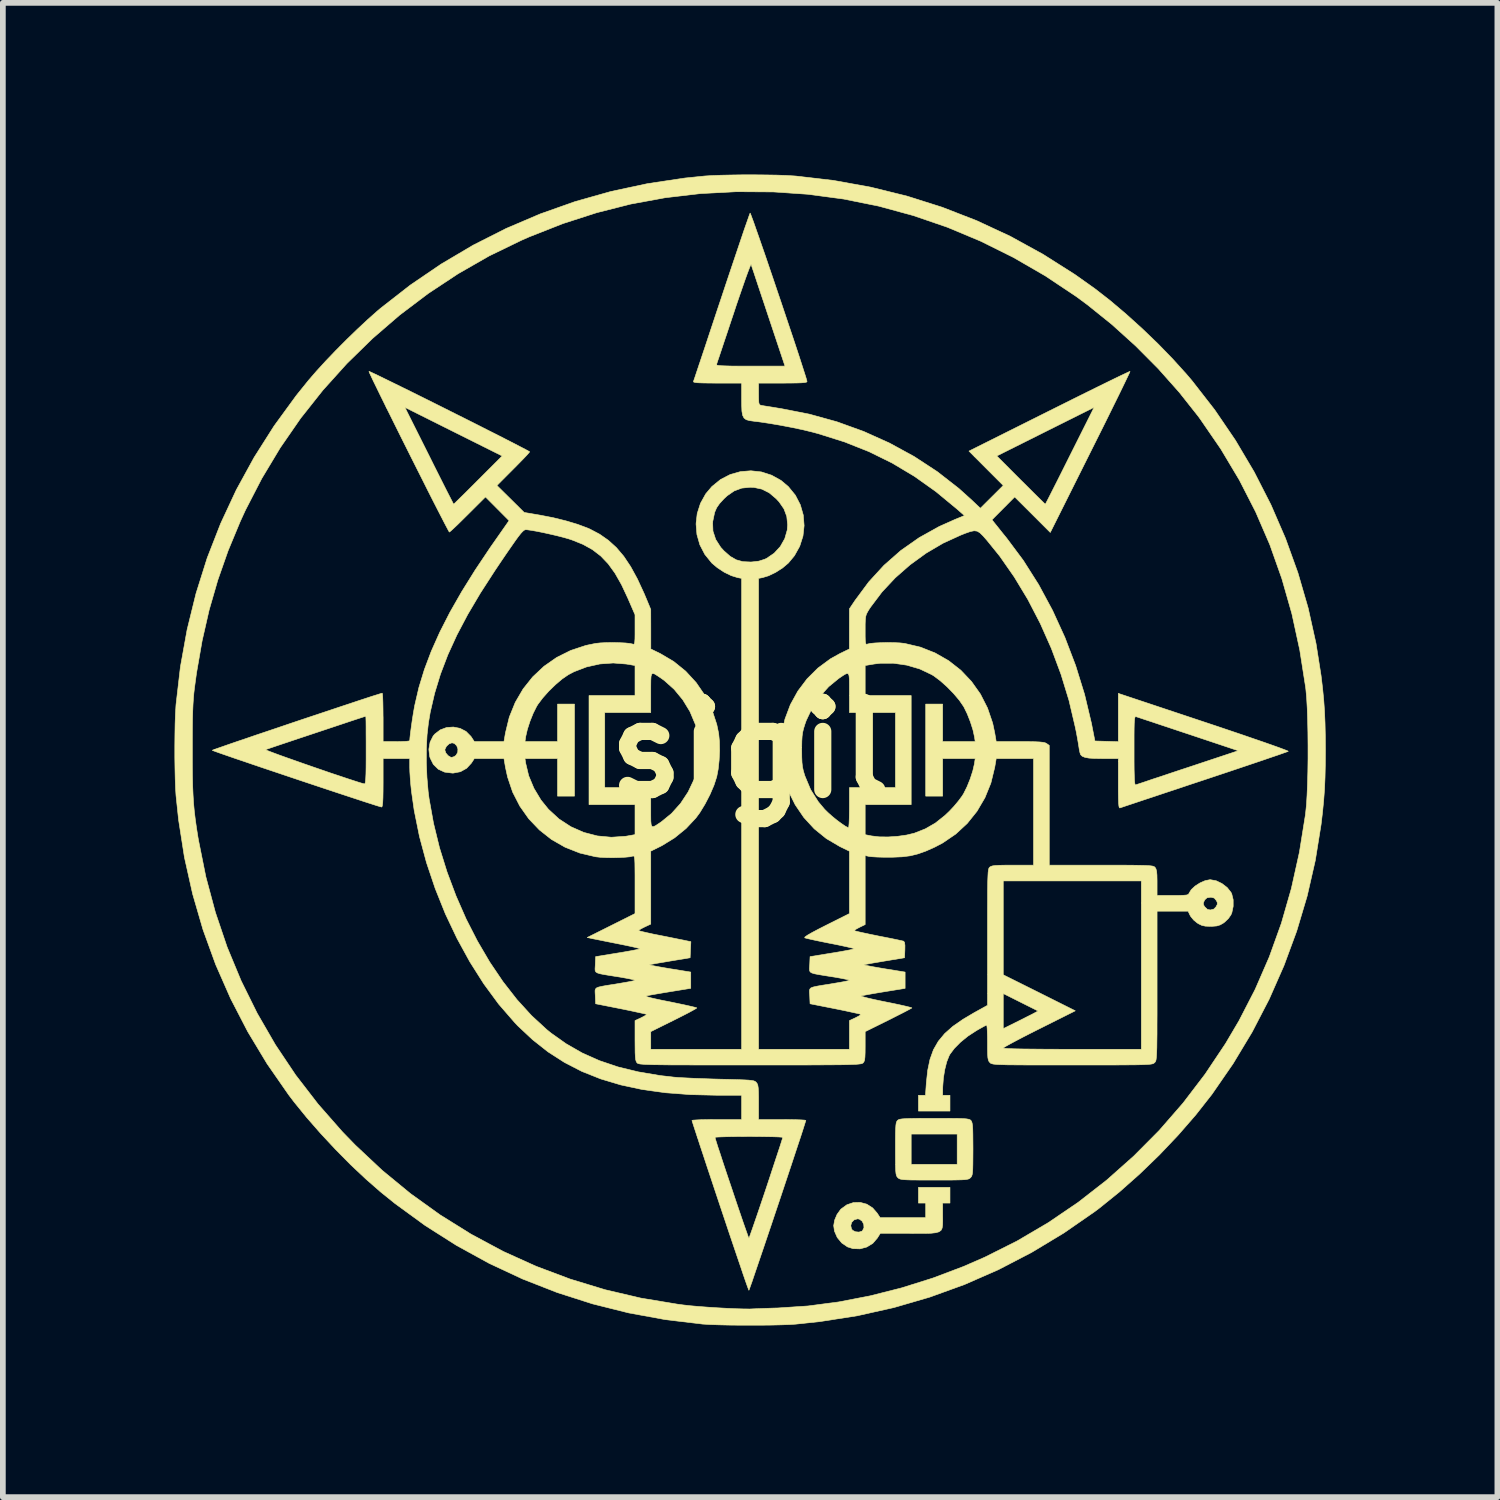
<source format=kicad_pcb>
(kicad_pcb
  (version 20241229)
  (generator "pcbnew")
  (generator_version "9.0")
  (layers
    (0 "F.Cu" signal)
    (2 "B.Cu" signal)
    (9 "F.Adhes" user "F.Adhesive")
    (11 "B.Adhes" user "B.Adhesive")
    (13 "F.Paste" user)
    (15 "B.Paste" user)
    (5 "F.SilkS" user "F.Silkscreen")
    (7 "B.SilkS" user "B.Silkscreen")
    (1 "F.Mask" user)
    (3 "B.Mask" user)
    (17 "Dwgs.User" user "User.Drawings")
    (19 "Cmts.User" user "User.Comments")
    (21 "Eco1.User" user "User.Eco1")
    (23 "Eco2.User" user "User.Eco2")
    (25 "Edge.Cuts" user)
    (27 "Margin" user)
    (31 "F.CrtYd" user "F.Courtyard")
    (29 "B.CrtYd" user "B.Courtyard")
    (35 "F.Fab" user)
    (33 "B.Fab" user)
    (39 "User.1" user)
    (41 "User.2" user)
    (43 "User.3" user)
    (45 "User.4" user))
  (footprint "sigil"
    (layer "F.Cu")
    (at 10.058 10.058)
    (property "Reference" "sigil" (at 0 0 0) (layer "F.SilkS") (effects (font (size 1.524 1.524) (thickness 0.3))))
    (attr through_hole)
    (fp_poly (pts (xy 3.493 7.916) (xy 3.365 7.916) (xy 3.365 8.134) (xy 3.366 8.226) (xy 3.364 8.299) (xy 3.356 8.353) (xy 3.337 8.392) (xy 3.301 8.418) (xy 3.245 8.434) (xy 3.163 8.443) (xy 3.052 8.446) (xy 2.906 8.446) (xy 2.787 8.445) (xy 2.275 8.445) (xy 2.225 8.526) (xy 2.144 8.62) (xy 2.039 8.684) (xy 1.921 8.716) (xy 1.798 8.712) (xy 1.703 8.682) (xy 1.602 8.613) (xy 1.523 8.517) (xy 1.474 8.405) (xy 1.461 8.31) (xy 1.461 8.309) (xy 1.759 8.309) (xy 1.772 8.367) (xy 1.79 8.391) (xy 1.84 8.417) (xy 1.902 8.423) (xy 1.955 8.407) (xy 1.964 8.399) (xy 1.99 8.347) (xy 1.986 8.287) (xy 1.958 8.232) (xy 1.91 8.197) (xy 1.879 8.191) (xy 1.818 8.209) (xy 1.776 8.252) (xy 1.759 8.309) (xy 1.461 8.309) (xy 1.477 8.215) (xy 1.519 8.115) (xy 1.581 8.029) (xy 1.588 8.021) (xy 1.691 7.946) (xy 1.806 7.907) (xy 1.924 7.904) (xy 2.039 7.935) (xy 2.142 8.001) (xy 2.221 8.092) (xy 2.272 8.17) (xy 3.069 8.17) (xy 3.069 7.916) (xy 2.942 7.916) (xy 2.942 7.641) (xy 3.493 7.641) (xy 3.493 7.916)) (stroke (width 0.01) (type solid)) (fill yes) (layer "F.SilkS"))
    (fp_poly (pts (xy 3.398 6.435) (xy 3.537 6.436) (xy 3.643 6.437) (xy 3.722 6.44) (xy 3.777 6.444) (xy 3.814 6.45) (xy 3.838 6.457) (xy 3.854 6.467) (xy 3.86 6.473) (xy 3.871 6.491) (xy 3.88 6.519) (xy 3.887 6.562) (xy 3.891 6.626) (xy 3.893 6.716) (xy 3.894 6.839) (xy 3.895 6.971) (xy 3.894 7.122) (xy 3.893 7.237) (xy 3.891 7.321) (xy 3.887 7.38) (xy 3.881 7.419) (xy 3.872 7.445) (xy 3.86 7.463) (xy 3.852 7.472) (xy 3.838 7.484) (xy 3.82 7.494) (xy 3.792 7.501) (xy 3.75 7.507) (xy 3.69 7.51) (xy 3.605 7.512) (xy 3.491 7.514) (xy 3.344 7.514) (xy 3.217 7.514) (xy 3.043 7.514) (xy 2.906 7.513) (xy 2.802 7.512) (xy 2.725 7.509) (xy 2.67 7.505) (xy 2.633 7.499) (xy 2.609 7.491) (xy 2.592 7.481) (xy 2.582 7.472) (xy 2.568 7.456) (xy 2.558 7.435) (xy 2.55 7.403) (xy 2.545 7.355) (xy 2.542 7.285) (xy 2.541 7.188) (xy 2.54 7.057) (xy 2.54 6.967) (xy 2.54 6.814) (xy 2.541 6.71) (xy 2.815 6.71) (xy 2.815 7.239) (xy 3.619 7.239) (xy 3.619 6.71) (xy 2.815 6.71) (xy 2.541 6.71) (xy 2.541 6.699) (xy 2.544 6.614) (xy 2.548 6.554) (xy 2.554 6.515) (xy 2.563 6.49) (xy 2.574 6.474) (xy 2.579 6.47) (xy 2.594 6.459) (xy 2.618 6.451) (xy 2.656 6.445) (xy 2.712 6.441) (xy 2.791 6.438) (xy 2.898 6.436) (xy 3.037 6.435) (xy 3.214 6.435) (xy 3.221 6.435) (xy 3.398 6.435)) (stroke (width 0.01) (type solid)) (fill yes) (layer "F.SilkS"))
    (fp_poly (pts (xy 0.275 -10.051) (xy 0.462 -10.048) (xy 0.628 -10.042) (xy 0.764 -10.034) (xy 0.794 -10.032) (xy 1.457 -9.955) (xy 2.105 -9.838) (xy 2.739 -9.682) (xy 3.358 -9.486) (xy 3.962 -9.251) (xy 4.55 -8.977) (xy 5.121 -8.663) (xy 5.676 -8.311) (xy 6.024 -8.064) (xy 6.29 -7.857) (xy 6.569 -7.621) (xy 6.851 -7.366) (xy 7.127 -7.101) (xy 7.388 -6.832) (xy 7.625 -6.57) (xy 7.722 -6.456) (xy 8.119 -5.946) (xy 8.482 -5.413) (xy 8.81 -4.859) (xy 9.102 -4.287) (xy 9.357 -3.698) (xy 9.574 -3.096) (xy 9.752 -2.483) (xy 9.89 -1.861) (xy 9.978 -1.302) (xy 10.004 -1.083) (xy 10.024 -0.881) (xy 10.038 -0.682) (xy 10.047 -0.475) (xy 10.052 -0.25) (xy 10.054 0) (xy 10.052 0.256) (xy 10.047 0.481) (xy 10.038 0.687) (xy 10.023 0.886) (xy 10.003 1.089) (xy 9.978 1.302) (xy 9.877 1.929) (xy 9.735 2.55) (xy 9.552 3.163) (xy 9.33 3.765) (xy 9.071 4.353) (xy 8.774 4.926) (xy 8.441 5.479) (xy 8.073 6.012) (xy 8.064 6.024) (xy 7.789 6.374) (xy 7.482 6.727) (xy 7.151 7.076) (xy 6.805 7.41) (xy 6.452 7.723) (xy 6.101 8.006) (xy 6.024 8.064) (xy 5.481 8.44) (xy 4.92 8.778) (xy 4.343 9.078) (xy 3.748 9.339) (xy 3.138 9.56) (xy 2.513 9.742) (xy 1.874 9.885) (xy 1.22 9.987) (xy 0.794 10.032) (xy 0.687 10.039) (xy 0.547 10.044) (xy 0.381 10.048) (xy 0.198 10.05) (xy 0.005 10.05) (xy -0.188 10.05) (xy -0.374 10.048) (xy -0.545 10.044) (xy -0.691 10.039) (xy -0.805 10.032) (xy -0.826 10.031) (xy -1.479 9.953) (xy -2.123 9.835) (xy -2.754 9.677) (xy -3.372 9.479) (xy -3.975 9.243) (xy -4.561 8.969) (xy -5.129 8.657) (xy -5.677 8.309) (xy -6.204 7.925) (xy -6.456 7.722) (xy -6.711 7.499) (xy -6.977 7.249) (xy -7.244 6.979) (xy -7.504 6.7) (xy -7.748 6.421) (xy -7.969 6.149) (xy -8.064 6.024) (xy -8.441 5.481) (xy -8.779 4.92) (xy -9.078 4.342) (xy -9.339 3.748) (xy -9.56 3.139) (xy -9.742 2.513) (xy -9.885 1.874) (xy -9.987 1.22) (xy -10.032 0.794) (xy -10.04 0.668) (xy -10.046 0.509) (xy -10.05 0.327) (xy -10.053 0.129) (xy -10.053 0) (xy -9.747 0) (xy -9.747 0.242) (xy -9.745 0.449) (xy -9.741 0.629) (xy -9.734 0.788) (xy -9.725 0.933) (xy -9.712 1.072) (xy -9.695 1.212) (xy -9.674 1.361) (xy -9.648 1.525) (xy -9.639 1.577) (xy -9.511 2.214) (xy -9.344 2.836) (xy -9.139 3.442) (xy -8.895 4.03) (xy -8.613 4.6) (xy -8.295 5.15) (xy -7.941 5.679) (xy -7.55 6.186) (xy -7.125 6.67) (xy -6.901 6.901) (xy -6.429 7.344) (xy -5.934 7.751) (xy -5.416 8.123) (xy -4.877 8.459) (xy -4.318 8.759) (xy -3.741 9.02) (xy -3.145 9.244) (xy -2.534 9.43) (xy -1.907 9.577) (xy -1.267 9.683) (xy -1.17 9.696) (xy -1.046 9.71) (xy -0.899 9.723) (xy -0.738 9.735) (xy -0.57 9.746) (xy -0.404 9.755) (xy -0.249 9.762) (xy -0.112 9.766) (xy -0.003 9.767) (xy 0.064 9.764) (xy 0.11 9.762) (xy 0.189 9.759) (xy 0.293 9.755) (xy 0.411 9.751) (xy 0.487 9.749) (xy 1.013 9.714) (xy 1.552 9.643) (xy 2.099 9.537) (xy 2.648 9.398) (xy 3.192 9.227) (xy 3.727 9.025) (xy 4.103 8.861) (xy 4.667 8.578) (xy 5.211 8.258) (xy 5.732 7.904) (xy 6.23 7.516) (xy 6.703 7.096) (xy 7.149 6.647) (xy 7.566 6.168) (xy 7.952 5.662) (xy 8.307 5.131) (xy 8.543 4.731) (xy 8.826 4.182) (xy 9.073 3.614) (xy 9.284 3.027) (xy 9.459 2.418) (xy 9.599 1.788) (xy 9.704 1.134) (xy 9.709 1.09) (xy 9.723 0.957) (xy 9.733 0.788) (xy 9.741 0.593) (xy 9.747 0.377) (xy 9.75 0.15) (xy 9.75 -0.083) (xy 9.748 -0.312) (xy 9.743 -0.532) (xy 9.736 -0.734) (xy 9.726 -0.911) (xy 9.713 -1.055) (xy 9.709 -1.09) (xy 9.606 -1.747) (xy 9.468 -2.382) (xy 9.293 -2.995) (xy 9.083 -3.588) (xy 8.835 -4.162) (xy 8.55 -4.719) (xy 8.227 -5.26) (xy 7.865 -5.787) (xy 7.833 -5.831) (xy 7.499 -6.253) (xy 7.131 -6.667) (xy 6.735 -7.065) (xy 6.321 -7.439) (xy 5.895 -7.782) (xy 5.693 -7.931) (xy 5.155 -8.289) (xy 4.6 -8.61) (xy 4.03 -8.893) (xy 3.447 -9.137) (xy 2.852 -9.341) (xy 2.247 -9.506) (xy 1.633 -9.63) (xy 1.012 -9.713) (xy 0.407 -9.754) (xy -0.239 -9.758) (xy -0.868 -9.725) (xy -1.482 -9.653) (xy -2.086 -9.542) (xy -2.681 -9.391) (xy -3.27 -9.201) (xy -3.857 -8.97) (xy -3.996 -8.909) (xy -4.559 -8.636) (xy -5.102 -8.325) (xy -5.624 -7.98) (xy -6.124 -7.602) (xy -6.598 -7.193) (xy -7.046 -6.755) (xy -7.466 -6.289) (xy -7.855 -5.798) (xy -8.211 -5.283) (xy -8.533 -4.747) (xy -8.82 -4.191) (xy -8.909 -3.997) (xy -9.122 -3.484) (xy -9.302 -2.971) (xy -9.453 -2.449) (xy -9.576 -1.91) (xy -9.674 -1.347) (xy -9.709 -1.09) (xy -9.72 -0.998) (xy -9.728 -0.903) (xy -9.735 -0.798) (xy -9.74 -0.679) (xy -9.744 -0.539) (xy -9.746 -0.373) (xy -9.747 -0.174) (xy -9.747 0) (xy -10.053 0) (xy -10.053 -0.075) (xy -10.051 -0.275) (xy -10.048 -0.462) (xy -10.042 -0.628) (xy -10.034 -0.764) (xy -10.032 -0.794) (xy -9.955 -1.456) (xy -9.838 -2.105) (xy -9.682 -2.739) (xy -9.487 -3.358) (xy -9.252 -3.96) (xy -8.979 -4.546) (xy -8.667 -5.115) (xy -8.318 -5.665) (xy -7.93 -6.197) (xy -7.713 -6.466) (xy -7.577 -6.623) (xy -7.417 -6.798) (xy -7.239 -6.984) (xy -7.052 -7.172) (xy -6.864 -7.354) (xy -6.682 -7.524) (xy -6.516 -7.671) (xy -6.456 -7.722) (xy -5.938 -8.126) (xy -5.399 -8.493) (xy -4.841 -8.823) (xy -4.264 -9.115) (xy -3.669 -9.369) (xy -3.059 -9.585) (xy -2.432 -9.762) (xy -1.792 -9.899) (xy -1.138 -9.997) (xy -0.794 -10.032) (xy -0.668 -10.04) (xy -0.509 -10.046) (xy -0.327 -10.05) (xy -0.129 -10.053) (xy 0.075 -10.053) (xy 0.275 -10.051)) (stroke (width 0.01) (type solid)) (fill yes) (layer "F.SilkS"))
    (fp_poly (pts (xy 0.009 -9.367) (xy 0.029 -9.313) (xy 0.061 -9.227) (xy 0.101 -9.112) (xy 0.15 -8.973) (xy 0.206 -8.811) (xy 0.268 -8.633) (xy 0.333 -8.441) (xy 0.402 -8.239) (xy 0.472 -8.031) (xy 0.543 -7.822) (xy 0.613 -7.613) (xy 0.681 -7.41) (xy 0.746 -7.217) (xy 0.806 -7.036) (xy 0.86 -6.872) (xy 0.906 -6.729) (xy 0.944 -6.611) (xy 0.973 -6.52) (xy 0.99 -6.462) (xy 0.995 -6.44) (xy 0.985 -6.43) (xy 0.952 -6.423) (xy 0.893 -6.418) (xy 0.802 -6.415) (xy 0.676 -6.414) (xy 0.572 -6.413) (xy 0.148 -6.413) (xy 0.148 -6.223) (xy 0.149 -6.133) (xy 0.152 -6.076) (xy 0.16 -6.045) (xy 0.175 -6.03) (xy 0.196 -6.024) (xy 0.234 -6.017) (xy 0.304 -6.006) (xy 0.398 -5.991) (xy 0.506 -5.973) (xy 0.539 -5.968) (xy 1.034 -5.871) (xy 1.518 -5.737) (xy 1.986 -5.568) (xy 2.437 -5.365) (xy 2.866 -5.131) (xy 3.271 -4.866) (xy 3.648 -4.572) (xy 3.868 -4.374) (xy 4.024 -4.226) (xy 4.224 -4.425) (xy 4.424 -4.624) (xy 3.909 -5.14) (xy 4.311 -5.14) (xy 4.732 -4.718) (xy 4.842 -4.609) (xy 4.94 -4.511) (xy 5.025 -4.427) (xy 5.093 -4.36) (xy 5.138 -4.316) (xy 5.159 -4.297) (xy 5.159 -4.297) (xy 5.169 -4.315) (xy 5.197 -4.368) (xy 5.239 -4.45) (xy 5.294 -4.559) (xy 5.361 -4.691) (xy 5.437 -4.842) (xy 5.52 -5.008) (xy 5.588 -5.144) (xy 6.012 -5.99) (xy 5.161 -5.565) (xy 4.311 -5.14) (xy 3.909 -5.14) (xy 3.825 -5.225) (xy 5.227 -5.926) (xy 5.454 -6.039) (xy 5.67 -6.147) (xy 5.872 -6.247) (xy 6.056 -6.338) (xy 6.221 -6.419) (xy 6.362 -6.488) (xy 6.478 -6.544) (xy 6.565 -6.585) (xy 6.619 -6.61) (xy 6.639 -6.618) (xy 6.632 -6.598) (xy 6.606 -6.543) (xy 6.565 -6.457) (xy 6.509 -6.341) (xy 6.44 -6.199) (xy 6.359 -6.035) (xy 6.268 -5.85) (xy 6.168 -5.648) (xy 6.06 -5.432) (xy 5.947 -5.206) (xy 5.246 -3.803) (xy 4.935 -4.114) (xy 4.624 -4.424) (xy 4.426 -4.225) (xy 4.227 -4.025) (xy 4.267 -3.974) (xy 4.296 -3.938) (xy 4.344 -3.878) (xy 4.406 -3.8) (xy 4.475 -3.715) (xy 4.484 -3.704) (xy 4.775 -3.314) (xy 5.043 -2.891) (xy 5.286 -2.44) (xy 5.502 -1.967) (xy 5.689 -1.477) (xy 5.845 -0.973) (xy 5.967 -0.461) (xy 5.978 -0.402) (xy 6.026 -0.159) (xy 6.435 -0.147) (xy 6.435 -0.991) (xy 7.929 -0.493) (xy 8.169 -0.413) (xy 8.397 -0.336) (xy 8.61 -0.264) (xy 8.804 -0.197) (xy 8.976 -0.138) (xy 9.124 -0.086) (xy 9.244 -0.043) (xy 9.332 -0.01) (xy 9.387 0.011) (xy 9.405 0.021) (xy 9.405 0.021) (xy 9.383 0.03) (xy 9.323 0.051) (xy 9.23 0.084) (xy 9.106 0.126) (xy 8.955 0.178) (xy 8.78 0.237) (xy 8.584 0.303) (xy 8.37 0.375) (xy 8.142 0.451) (xy 7.938 0.519) (xy 7.699 0.598) (xy 7.473 0.674) (xy 7.261 0.744) (xy 7.067 0.809) (xy 6.894 0.866) (xy 6.745 0.916) (xy 6.625 0.956) (xy 6.535 0.986) (xy 6.479 1.005) (xy 6.461 1.011) (xy 6.452 1.005) (xy 6.445 0.978) (xy 6.44 0.925) (xy 6.437 0.842) (xy 6.435 0.724) (xy 6.435 0.584) (xy 6.435 0.148) (xy 6.158 0.148) (xy 6.022 0.146) (xy 5.922 0.14) (xy 5.852 0.127) (xy 5.805 0.108) (xy 5.776 0.08) (xy 5.775 0.077) (xy 5.764 0.044) (xy 5.757 0.011) (xy 6.71 0.011) (xy 6.71 0.194) (xy 6.711 0.339) (xy 6.714 0.448) (xy 6.717 0.526) (xy 6.722 0.576) (xy 6.728 0.603) (xy 6.736 0.609) (xy 6.736 0.609) (xy 6.761 0.6) (xy 6.822 0.58) (xy 6.915 0.549) (xy 7.035 0.508) (xy 7.179 0.461) (xy 7.342 0.406) (xy 7.519 0.347) (xy 7.647 0.305) (xy 8.531 0.011) (xy 7.657 -0.281) (xy 7.473 -0.342) (xy 7.3 -0.4) (xy 7.143 -0.452) (xy 7.006 -0.498) (xy 6.893 -0.535) (xy 6.81 -0.563) (xy 6.76 -0.579) (xy 6.747 -0.584) (xy 6.736 -0.585) (xy 6.728 -0.578) (xy 6.721 -0.558) (xy 6.717 -0.521) (xy 6.713 -0.462) (xy 6.711 -0.377) (xy 6.71 -0.262) (xy 6.71 -0.112) (xy 6.71 0.011) (xy 5.757 0.011) (xy 5.752 -0.014) (xy 5.746 -0.052) (xy 5.736 -0.116) (xy 5.72 -0.209) (xy 5.7 -0.317) (xy 5.681 -0.408) (xy 5.573 -0.868) (xy 5.433 -1.325) (xy 5.265 -1.776) (xy 5.071 -2.213) (xy 4.854 -2.632) (xy 4.616 -3.026) (xy 4.362 -3.39) (xy 4.142 -3.662) (xy 4.072 -3.742) (xy 4.017 -3.796) (xy 3.968 -3.826) (xy 3.916 -3.833) (xy 3.851 -3.82) (xy 3.762 -3.789) (xy 3.679 -3.756) (xy 3.373 -3.616) (xy 3.077 -3.442) (xy 2.796 -3.238) (xy 2.536 -3.01) (xy 2.305 -2.763) (xy 2.108 -2.502) (xy 2.081 -2.462) (xy 2.052 -2.414) (xy 2.032 -2.374) (xy 2.02 -2.332) (xy 2.014 -2.278) (xy 2.011 -2.202) (xy 2.011 -2.094) (xy 2.011 -1.986) (xy 2.013 -1.914) (xy 2.018 -1.872) (xy 2.026 -1.852) (xy 2.039 -1.849) (xy 2.048 -1.852) (xy 2.099 -1.864) (xy 2.183 -1.872) (xy 2.287 -1.877) (xy 2.401 -1.88) (xy 2.516 -1.878) (xy 2.62 -1.873) (xy 2.701 -1.864) (xy 2.977 -1.799) (xy 3.234 -1.697) (xy 3.47 -1.562) (xy 3.683 -1.395) (xy 3.868 -1.2) (xy 4.025 -0.979) (xy 4.149 -0.735) (xy 4.239 -0.471) (xy 4.275 -0.301) (xy 4.301 -0.148) (xy 4.717 -0.148) (xy 4.866 -0.148) (xy 4.979 -0.146) (xy 5.061 -0.142) (xy 5.117 -0.136) (xy 5.155 -0.128) (xy 5.18 -0.116) (xy 5.181 -0.115) (xy 5.228 -0.082) (xy 5.228 2.011) (xy 6.135 2.011) (xy 6.355 2.011) (xy 6.537 2.011) (xy 6.684 2.012) (xy 6.801 2.014) (xy 6.89 2.016) (xy 6.957 2.019) (xy 7.005 2.023) (xy 7.037 2.028) (xy 7.058 2.035) (xy 7.071 2.044) (xy 7.077 2.05) (xy 7.093 2.076) (xy 7.104 2.119) (xy 7.11 2.185) (xy 7.112 2.283) (xy 7.112 2.314) (xy 7.112 2.54) (xy 7.386 2.54) (xy 7.498 2.54) (xy 7.576 2.537) (xy 7.625 2.533) (xy 7.653 2.524) (xy 7.667 2.511) (xy 7.672 2.499) (xy 7.71 2.438) (xy 7.777 2.376) (xy 7.861 2.322) (xy 7.951 2.282) (xy 8.035 2.265) (xy 8.043 2.265) (xy 8.144 2.283) (xy 8.246 2.332) (xy 8.337 2.402) (xy 8.403 2.485) (xy 8.417 2.513) (xy 8.442 2.615) (xy 8.442 2.731) (xy 8.419 2.841) (xy 8.403 2.879) (xy 8.358 2.944) (xy 8.295 3.004) (xy 8.272 3.022) (xy 8.214 3.055) (xy 8.156 3.073) (xy 8.082 3.079) (xy 8.043 3.08) (xy 7.958 3.077) (xy 7.896 3.064) (xy 7.84 3.037) (xy 7.814 3.021) (xy 7.752 2.97) (xy 7.703 2.911) (xy 7.689 2.888) (xy 7.654 2.815) (xy 7.112 2.815) (xy 7.112 4.117) (xy 7.112 4.384) (xy 7.112 4.612) (xy 7.111 4.804) (xy 7.111 4.963) (xy 7.109 5.093) (xy 7.108 5.197) (xy 7.105 5.278) (xy 7.102 5.338) (xy 7.098 5.383) (xy 7.094 5.414) (xy 7.088 5.434) (xy 7.081 5.448) (xy 7.072 5.458) (xy 7.07 5.461) (xy 7.06 5.469) (xy 7.048 5.477) (xy 7.03 5.483) (xy 7.004 5.488) (xy 6.965 5.492) (xy 6.911 5.495) (xy 6.839 5.498) (xy 6.745 5.5) (xy 6.628 5.501) (xy 6.482 5.502) (xy 6.306 5.503) (xy 6.097 5.503) (xy 5.85 5.503) (xy 5.63 5.503) (xy 5.353 5.503) (xy 5.115 5.503) (xy 4.913 5.503) (xy 4.744 5.502) (xy 4.605 5.501) (xy 4.493 5.5) (xy 4.404 5.497) (xy 4.336 5.495) (xy 4.286 5.491) (xy 4.25 5.487) (xy 4.226 5.481) (xy 4.209 5.475) (xy 4.198 5.468) (xy 4.191 5.461) (xy 4.174 5.441) (xy 4.163 5.414) (xy 4.155 5.374) (xy 4.151 5.313) (xy 4.149 5.224) (xy 4.149 5.112) (xy 4.148 5.003) (xy 4.145 4.912) (xy 4.143 4.868) (xy 4.424 4.868) (xy 4.73 4.716) (xy 4.832 4.664) (xy 4.92 4.62) (xy 4.986 4.585) (xy 5.024 4.564) (xy 5.031 4.559) (xy 5.012 4.549) (xy 4.961 4.523) (xy 4.885 4.485) (xy 4.791 4.438) (xy 4.725 4.405) (xy 4.424 4.254) (xy 4.424 4.868) (xy 4.143 4.868) (xy 4.141 4.844) (xy 4.137 4.809) (xy 4.135 4.805) (xy 4.111 4.815) (xy 4.061 4.842) (xy 3.991 4.881) (xy 3.952 4.904) (xy 3.806 4.999) (xy 3.676 5.105) (xy 3.569 5.213) (xy 3.492 5.316) (xy 3.478 5.342) (xy 3.436 5.448) (xy 3.402 5.583) (xy 3.378 5.73) (xy 3.367 5.877) (xy 3.366 5.9) (xy 3.365 6.032) (xy 3.493 6.032) (xy 3.493 6.308) (xy 2.942 6.308) (xy 2.942 6.032) (xy 3.065 6.032) (xy 3.08 5.816) (xy 3.104 5.595) (xy 3.144 5.404) (xy 3.204 5.237) (xy 3.289 5.089) (xy 3.4 4.955) (xy 3.543 4.828) (xy 3.72 4.705) (xy 3.914 4.59) (xy 4.149 4.46) (xy 4.149 3.271) (xy 4.149 3.016) (xy 4.149 2.8) (xy 4.15 2.619) (xy 4.15 2.471) (xy 4.152 2.352) (xy 4.153 2.286) (xy 4.424 2.286) (xy 4.424 3.927) (xy 5.054 4.241) (xy 5.683 4.556) (xy 5.054 4.871) (xy 4.903 4.947) (xy 4.766 5.017) (xy 4.646 5.08) (xy 4.547 5.133) (xy 4.475 5.173) (xy 4.433 5.199) (xy 4.424 5.207) (xy 4.445 5.212) (xy 4.508 5.216) (xy 4.611 5.22) (xy 4.755 5.223) (xy 4.939 5.225) (xy 5.162 5.227) (xy 5.423 5.228) (xy 5.63 5.228) (xy 6.837 5.228) (xy 6.837 2.672) (xy 7.92 2.672) (xy 7.926 2.708) (xy 7.945 2.739) (xy 7.992 2.784) (xy 8.043 2.794) (xy 8.105 2.778) (xy 8.142 2.739) (xy 8.165 2.695) (xy 8.163 2.659) (xy 8.147 2.628) (xy 8.112 2.586) (xy 8.06 2.572) (xy 8.043 2.572) (xy 7.985 2.581) (xy 7.947 2.615) (xy 7.94 2.628) (xy 7.92 2.672) (xy 6.837 2.672) (xy 6.837 2.286) (xy 4.424 2.286) (xy 4.153 2.286) (xy 4.154 2.259) (xy 4.157 2.188) (xy 4.16 2.135) (xy 4.165 2.098) (xy 4.17 2.074) (xy 4.177 2.058) (xy 4.185 2.048) (xy 4.187 2.046) (xy 4.207 2.033) (xy 4.239 2.023) (xy 4.287 2.017) (xy 4.36 2.013) (xy 4.462 2.011) (xy 4.59 2.011) (xy 4.953 2.011) (xy 4.953 0.148) (xy 4.301 0.148) (xy 4.275 0.301) (xy 4.208 0.576) (xy 4.104 0.832) (xy 3.965 1.069) (xy 3.795 1.281) (xy 3.594 1.467) (xy 3.365 1.623) (xy 3.228 1.695) (xy 3.071 1.765) (xy 2.933 1.814) (xy 2.8 1.847) (xy 2.657 1.865) (xy 2.492 1.872) (xy 2.434 1.872) (xy 2.322 1.872) (xy 2.219 1.869) (xy 2.137 1.864) (xy 2.084 1.859) (xy 2.08 1.858) (xy 2.011 1.843) (xy 2.011 3.049) (xy 1.916 3.095) (xy 1.861 3.124) (xy 1.827 3.146) (xy 1.82 3.153) (xy 1.84 3.161) (xy 1.895 3.175) (xy 1.98 3.194) (xy 2.087 3.217) (xy 2.211 3.242) (xy 2.238 3.248) (xy 2.367 3.273) (xy 2.483 3.296) (xy 2.578 3.316) (xy 2.647 3.331) (xy 2.682 3.339) (xy 2.684 3.34) (xy 2.699 3.361) (xy 2.706 3.414) (xy 2.705 3.489) (xy 2.699 3.629) (xy 2.354 3.686) (xy 2.237 3.706) (xy 2.135 3.723) (xy 2.054 3.738) (xy 2.002 3.748) (xy 1.987 3.751) (xy 1.999 3.756) (xy 2.048 3.767) (xy 2.125 3.782) (xy 2.227 3.8) (xy 2.337 3.819) (xy 2.709 3.879) (xy 2.709 4.164) (xy 2.344 4.223) (xy 2.223 4.243) (xy 2.114 4.262) (xy 2.025 4.278) (xy 1.965 4.29) (xy 1.942 4.295) (xy 1.951 4.303) (xy 1.996 4.317) (xy 2.072 4.337) (xy 2.174 4.36) (xy 2.296 4.386) (xy 2.37 4.401) (xy 2.504 4.428) (xy 2.621 4.453) (xy 2.718 4.475) (xy 2.787 4.492) (xy 2.823 4.503) (xy 2.827 4.506) (xy 2.806 4.519) (xy 2.754 4.547) (xy 2.674 4.589) (xy 2.573 4.64) (xy 2.457 4.699) (xy 2.415 4.72) (xy 2.011 4.92) (xy 2.011 5.177) (xy 2.01 5.288) (xy 2.007 5.364) (xy 2.001 5.415) (xy 1.99 5.446) (xy 1.974 5.467) (xy 1.972 5.468) (xy 1.963 5.474) (xy 1.948 5.48) (xy 1.924 5.484) (xy 1.889 5.488) (xy 1.84 5.492) (xy 1.774 5.494) (xy 1.69 5.497) (xy 1.584 5.499) (xy 1.455 5.5) (xy 1.298 5.501) (xy 1.112 5.502) (xy 0.895 5.503) (xy 0.643 5.503) (xy 0.354 5.503) (xy 0.026 5.503) (xy -0.004 5.503) (xy -0.334 5.503) (xy -0.625 5.503) (xy -0.879 5.503) (xy -1.098 5.502) (xy -1.285 5.502) (xy -1.443 5.501) (xy -1.574 5.499) (xy -1.681 5.498) (xy -1.766 5.495) (xy -1.832 5.493) (xy -1.882 5.489) (xy -1.918 5.486) (xy -1.943 5.481) (xy -1.96 5.476) (xy -1.97 5.47) (xy -1.976 5.465) (xy -1.989 5.444) (xy -1.999 5.412) (xy -2.005 5.362) (xy -2.009 5.288) (xy -2.01 5.183) (xy -2.011 5.077) (xy -2.011 4.727) (xy -1.905 4.678) (xy -1.849 4.649) (xy -1.815 4.627) (xy -1.809 4.618) (xy -1.832 4.611) (xy -1.89 4.598) (xy -1.978 4.579) (xy -2.088 4.555) (xy -2.214 4.529) (xy -2.259 4.52) (xy -2.699 4.433) (xy -2.705 4.293) (xy -2.708 4.242) (xy -2.709 4.204) (xy -2.703 4.177) (xy -2.683 4.156) (xy -2.646 4.141) (xy -2.585 4.127) (xy -2.495 4.111) (xy -2.371 4.092) (xy -2.312 4.082) (xy -2.206 4.064) (xy -2.115 4.048) (xy -2.049 4.034) (xy -2.014 4.024) (xy -2.011 4.022) (xy -2.031 4.014) (xy -2.085 4.002) (xy -2.166 3.986) (xy -2.267 3.968) (xy -2.312 3.961) (xy -2.451 3.939) (xy -2.554 3.922) (xy -2.625 3.908) (xy -2.671 3.893) (xy -2.697 3.875) (xy -2.708 3.85) (xy -2.709 3.817) (xy -2.706 3.771) (xy -2.705 3.749) (xy -2.699 3.609) (xy -2.312 3.546) (xy -2.191 3.526) (xy -2.084 3.507) (xy -2.001 3.491) (xy -1.946 3.479) (xy -1.926 3.472) (xy -1.946 3.464) (xy -2 3.45) (xy -2.083 3.431) (xy -2.187 3.409) (xy -2.281 3.39) (xy -2.407 3.365) (xy -2.527 3.341) (xy -2.63 3.32) (xy -2.709 3.304) (xy -2.741 3.298) (xy -2.846 3.275) (xy -2.428 3.066) (xy -2.011 2.857) (xy -2.011 2.347) (xy -2.011 2.187) (xy -2.012 2.065) (xy -2.013 1.975) (xy -2.016 1.914) (xy -2.021 1.876) (xy -2.028 1.856) (xy -2.037 1.85) (xy -2.048 1.852) (xy -2.099 1.864) (xy -2.183 1.872) (xy -2.287 1.877) (xy -2.401 1.88) (xy -2.516 1.878) (xy -2.62 1.873) (xy -2.701 1.864) (xy -2.976 1.799) (xy -3.234 1.697) (xy -3.47 1.562) (xy -3.682 1.395) (xy -3.868 1.2) (xy -4.024 0.979) (xy -4.149 0.735) (xy -4.238 0.471) (xy -4.275 0.301) (xy -4.301 0.148) (xy -4.819 0.148) (xy -4.87 0.227) (xy -4.954 0.318) (xy -5.062 0.378) (xy -5.188 0.402) (xy -5.202 0.402) (xy -5.338 0.385) (xy -5.449 0.334) (xy -5.535 0.25) (xy -5.592 0.136) (xy -5.6 0.107) (xy -5.612 0) (xy -5.334 0) (xy -5.317 0.05) (xy -5.278 0.097) (xy -5.23 0.125) (xy -5.214 0.127) (xy -5.171 0.114) (xy -5.14 0.092) (xy -5.109 0.04) (xy -5.106 -0.02) (xy -5.127 -0.077) (xy -5.169 -0.117) (xy -5.21 -0.127) (xy -5.26 -0.109) (xy -5.306 -0.067) (xy -5.332 -0.015) (xy -5.334 0) (xy -5.612 0) (xy -5.613 -0.017) (xy -5.592 -0.139) (xy -5.539 -0.245) (xy -5.511 -0.279) (xy -5.415 -0.353) (xy -5.303 -0.395) (xy -5.185 -0.403) (xy -5.069 -0.38) (xy -4.964 -0.326) (xy -4.88 -0.241) (xy -4.87 -0.227) (xy -4.819 -0.148) (xy -4.301 -0.148) (xy -3.934 -0.148) (xy -3.365 -0.148) (xy -3.365 -0.804) (xy -3.069 -0.804) (xy -3.069 0.804) (xy -3.365 0.804) (xy -3.365 0.148) (xy -3.934 0.148) (xy -3.922 0.228) (xy -3.869 0.449) (xy -3.778 0.667) (xy -3.655 0.872) (xy -3.524 1.034) (xy -3.339 1.204) (xy -3.132 1.339) (xy -2.908 1.438) (xy -2.67 1.5) (xy -2.424 1.523) (xy -2.175 1.506) (xy -2.145 1.501) (xy -2.011 1.477) (xy -2.011 0.953) (xy -2.815 0.953) (xy -2.815 -0.656) (xy -2.54 -0.656) (xy -2.54 0.656) (xy -1.736 0.656) (xy -1.736 1.008) (xy -1.736 1.143) (xy -1.735 1.239) (xy -1.729 1.302) (xy -1.715 1.334) (xy -1.691 1.339) (xy -1.654 1.322) (xy -1.599 1.286) (xy -1.549 1.252) (xy -1.373 1.108) (xy -1.215 0.932) (xy -1.083 0.732) (xy -0.981 0.517) (xy -0.959 0.455) (xy -0.935 0.379) (xy -0.919 0.312) (xy -0.909 0.242) (xy -0.904 0.157) (xy -0.902 0.046) (xy -0.902 0) (xy -0.903 -0.123) (xy -0.907 -0.216) (xy -0.915 -0.289) (xy -0.929 -0.356) (xy -0.95 -0.428) (xy -0.959 -0.455) (xy -1.051 -0.674) (xy -1.176 -0.879) (xy -1.327 -1.062) (xy -1.499 -1.216) (xy -1.549 -1.252) (xy -1.617 -1.298) (xy -1.666 -1.329) (xy -1.7 -1.34) (xy -1.72 -1.327) (xy -1.731 -1.287) (xy -1.735 -1.215) (xy -1.736 -1.107) (xy -1.736 -1.008) (xy -1.736 -0.656) (xy -2.54 -0.656) (xy -2.815 -0.656) (xy -2.815 -0.953) (xy -2.011 -0.953) (xy -2.011 -1.478) (xy -2.164 -1.504) (xy -2.392 -1.522) (xy -2.627 -1.505) (xy -2.859 -1.453) (xy -3.078 -1.369) (xy -3.175 -1.318) (xy -3.283 -1.244) (xy -3.401 -1.144) (xy -3.519 -1.029) (xy -3.625 -0.91) (xy -3.709 -0.798) (xy -3.731 -0.762) (xy -3.79 -0.644) (xy -3.846 -0.505) (xy -3.892 -0.363) (xy -3.921 -0.237) (xy -3.922 -0.228) (xy -3.934 -0.148) (xy -4.301 -0.148) (xy -4.275 -0.301) (xy -4.208 -0.576) (xy -4.104 -0.833) (xy -3.967 -1.068) (xy -3.799 -1.279) (xy -3.602 -1.464) (xy -3.38 -1.619) (xy -3.135 -1.741) (xy -2.87 -1.829) (xy -2.701 -1.864) (xy -2.617 -1.873) (xy -2.513 -1.878) (xy -2.398 -1.88) (xy -2.284 -1.877) (xy -2.18 -1.872) (xy -2.098 -1.863) (xy -2.048 -1.852) (xy -2.032 -1.849) (xy -2.022 -1.858) (xy -2.016 -1.887) (xy -2.012 -1.942) (xy -2.011 -2.028) (xy -2.011 -2.101) (xy -2.011 -2.366) (xy -2.136 -2.654) (xy -2.247 -2.891) (xy -2.36 -3.09) (xy -2.48 -3.256) (xy -2.61 -3.392) (xy -2.756 -3.504) (xy -2.92 -3.595) (xy -3.109 -3.671) (xy -3.172 -3.692) (xy -3.26 -3.717) (xy -3.369 -3.745) (xy -3.489 -3.773) (xy -3.611 -3.8) (xy -3.725 -3.823) (xy -3.822 -3.84) (xy -3.893 -3.85) (xy -3.918 -3.852) (xy -3.935 -3.849) (xy -3.955 -3.838) (xy -3.978 -3.817) (xy -4.009 -3.783) (xy -4.05 -3.731) (xy -4.102 -3.66) (xy -4.168 -3.565) (xy -4.252 -3.444) (xy -4.354 -3.294) (xy -4.46 -3.136) (xy -4.714 -2.743) (xy -4.935 -2.369) (xy -5.124 -2.011) (xy -5.282 -1.665) (xy -5.411 -1.327) (xy -5.513 -0.993) (xy -5.59 -0.66) (xy -5.621 -0.476) (xy -5.645 -0.267) (xy -5.657 -0.03) (xy -5.658 0.223) (xy -5.647 0.478) (xy -5.626 0.724) (xy -5.61 0.847) (xy -5.533 1.276) (xy -5.428 1.706) (xy -5.296 2.13) (xy -5.14 2.546) (xy -4.963 2.95) (xy -4.765 3.337) (xy -4.55 3.704) (xy -4.319 4.046) (xy -4.075 4.359) (xy -3.819 4.64) (xy -3.554 4.884) (xy -3.479 4.945) (xy -3.215 5.132) (xy -2.934 5.293) (xy -2.633 5.427) (xy -2.307 5.537) (xy -1.954 5.623) (xy -1.569 5.688) (xy -1.333 5.715) (xy -1.251 5.722) (xy -1.135 5.728) (xy -0.994 5.735) (xy -0.835 5.741) (xy -0.668 5.747) (xy -0.521 5.751) (xy -0.348 5.755) (xy -0.211 5.759) (xy -0.107 5.763) (xy -0.03 5.767) (xy 0.024 5.773) (xy 0.06 5.779) (xy 0.084 5.788) (xy 0.1 5.799) (xy 0.108 5.807) (xy 0.124 5.829) (xy 0.135 5.858) (xy 0.142 5.902) (xy 0.146 5.969) (xy 0.148 6.066) (xy 0.148 6.153) (xy 0.148 6.456) (xy 0.561 6.456) (xy 0.688 6.457) (xy 0.799 6.459) (xy 0.888 6.462) (xy 0.948 6.466) (xy 0.973 6.471) (xy 0.974 6.472) (xy 0.967 6.495) (xy 0.948 6.555) (xy 0.919 6.647) (xy 0.88 6.767) (xy 0.832 6.911) (xy 0.777 7.077) (xy 0.717 7.259) (xy 0.652 7.454) (xy 0.584 7.658) (xy 0.514 7.868) (xy 0.443 8.079) (xy 0.373 8.288) (xy 0.304 8.492) (xy 0.239 8.685) (xy 0.178 8.864) (xy 0.123 9.026) (xy 0.075 9.167) (xy 0.036 9.283) (xy 0.005 9.369) (xy -0.014 9.423) (xy -0.021 9.44) (xy -0.029 9.421) (xy -0.05 9.364) (xy -0.082 9.274) (xy -0.124 9.152) (xy -0.174 9.003) (xy -0.233 8.83) (xy -0.299 8.635) (xy -0.371 8.422) (xy -0.447 8.194) (xy -0.524 7.964) (xy -0.604 7.724) (xy -0.68 7.495) (xy -0.751 7.282) (xy -0.815 7.087) (xy -0.873 6.913) (xy -0.92 6.768) (xy -0.614 6.768) (xy -0.607 6.793) (xy -0.589 6.852) (xy -0.561 6.941) (xy -0.523 7.054) (xy -0.48 7.187) (xy -0.431 7.335) (xy -0.378 7.493) (xy -0.323 7.655) (xy -0.269 7.817) (xy -0.216 7.974) (xy -0.166 8.121) (xy -0.121 8.253) (xy -0.082 8.364) (xy -0.051 8.451) (xy -0.031 8.508) (xy -0.021 8.53) (xy -0.021 8.53) (xy -0.012 8.511) (xy 0.008 8.455) (xy 0.039 8.368) (xy 0.079 8.252) (xy 0.127 8.113) (xy 0.181 7.954) (xy 0.24 7.779) (xy 0.281 7.657) (xy 0.342 7.473) (xy 0.398 7.302) (xy 0.449 7.147) (xy 0.493 7.014) (xy 0.529 6.905) (xy 0.554 6.825) (xy 0.569 6.778) (xy 0.572 6.768) (xy 0.551 6.764) (xy 0.494 6.76) (xy 0.405 6.757) (xy 0.29 6.755) (xy 0.154 6.753) (xy 0.002 6.752) (xy -0.021 6.752) (xy -0.175 6.753) (xy -0.313 6.754) (xy -0.432 6.757) (xy -0.525 6.76) (xy -0.587 6.763) (xy -0.613 6.767) (xy -0.614 6.768) (xy -0.92 6.768) (xy -0.922 6.763) (xy -0.962 6.641) (xy -0.992 6.549) (xy -1.01 6.492) (xy -1.016 6.472) (xy -0.996 6.467) (xy -0.94 6.463) (xy -0.854 6.459) (xy -0.744 6.457) (xy -0.617 6.456) (xy -0.582 6.456) (xy -0.148 6.456) (xy -0.148 6.032) (xy -0.566 6.032) (xy -1.038 6.021) (xy -1.476 5.988) (xy -1.882 5.932) (xy -2.26 5.851) (xy -2.611 5.746) (xy -2.938 5.616) (xy -3.244 5.458) (xy -3.532 5.273) (xy -3.803 5.059) (xy -4.062 4.816) (xy -4.118 4.756) (xy -4.394 4.438) (xy -4.654 4.084) (xy -4.898 3.699) (xy -5.122 3.29) (xy -5.325 2.862) (xy -5.503 2.418) (xy -5.655 1.966) (xy -5.778 1.509) (xy -5.87 1.053) (xy -5.916 0.73) (xy -5.929 0.61) (xy -5.939 0.487) (xy -5.946 0.378) (xy -5.948 0.302) (xy -5.948 0.148) (xy -6.413 0.148) (xy -6.413 0.572) (xy -6.414 0.723) (xy -6.416 0.837) (xy -6.42 0.916) (xy -6.426 0.966) (xy -6.433 0.991) (xy -6.44 0.995) (xy -6.466 0.988) (xy -6.527 0.97) (xy -6.62 0.94) (xy -6.742 0.901) (xy -6.887 0.853) (xy -7.054 0.798) (xy -7.236 0.738) (xy -7.432 0.673) (xy -7.636 0.605) (xy -7.846 0.535) (xy -8.057 0.464) (xy -8.265 0.394) (xy -8.468 0.326) (xy -8.66 0.261) (xy -8.838 0.2) (xy -8.998 0.146) (xy -9.136 0.098) (xy -9.249 0.059) (xy -9.333 0.029) (xy -9.384 0.01) (xy -9.398 0.003) (xy -9.379 -0.005) (xy -9.369 -0.008) (xy -8.467 -0.008) (xy -8.453 0.000357) (xy -8.403 0.021) (xy -8.323 0.051) (xy -8.218 0.09) (xy -8.092 0.135) (xy -7.95 0.185) (xy -7.797 0.239) (xy -7.639 0.294) (xy -7.479 0.349) (xy -7.323 0.403) (xy -7.175 0.452) (xy -7.041 0.497) (xy -6.925 0.535) (xy -6.832 0.565) (xy -6.768 0.584) (xy -6.736 0.591) (xy -6.728 0.582) (xy -6.722 0.553) (xy -6.717 0.499) (xy -6.713 0.417) (xy -6.711 0.304) (xy -6.71 0.154) (xy -6.71 0) (xy -6.71 -0.153) (xy -6.711 -0.292) (xy -6.711 -0.411) (xy -6.712 -0.504) (xy -6.714 -0.566) (xy -6.715 -0.592) (xy -6.715 -0.593) (xy -6.736 -0.586) (xy -6.792 -0.568) (xy -6.878 -0.54) (xy -6.99 -0.503) (xy -7.121 -0.459) (xy -7.268 -0.41) (xy -7.424 -0.358) (xy -7.586 -0.304) (xy -7.748 -0.25) (xy -7.905 -0.198) (xy -8.053 -0.148) (xy -8.185 -0.104) (xy -8.298 -0.066) (xy -8.386 -0.036) (xy -8.444 -0.016) (xy -8.467 -0.008) (xy -9.369 -0.008) (xy -9.323 -0.025) (xy -9.234 -0.056) (xy -9.117 -0.097) (xy -8.975 -0.146) (xy -8.812 -0.201) (xy -8.632 -0.263) (xy -8.438 -0.328) (xy -8.234 -0.397) (xy -8.025 -0.468) (xy -7.814 -0.539) (xy -7.604 -0.609) (xy -7.4 -0.677) (xy -7.206 -0.742) (xy -7.025 -0.802) (xy -6.86 -0.857) (xy -6.717 -0.904) (xy -6.598 -0.943) (xy -6.508 -0.971) (xy -6.451 -0.989) (xy -6.429 -0.995) (xy -6.424 -0.975) (xy -6.42 -0.919) (xy -6.417 -0.833) (xy -6.415 -0.724) (xy -6.414 -0.598) (xy -6.413 -0.572) (xy -6.413 -0.148) (xy -6.181 -0.148) (xy -6.087 -0.15) (xy -6.011 -0.153) (xy -5.962 -0.159) (xy -5.948 -0.164) (xy -5.944 -0.216) (xy -5.935 -0.298) (xy -5.921 -0.402) (xy -5.905 -0.516) (xy -5.887 -0.631) (xy -5.869 -0.735) (xy -5.86 -0.783) (xy -5.788 -1.093) (xy -5.692 -1.407) (xy -5.571 -1.728) (xy -5.423 -2.06) (xy -5.247 -2.405) (xy -5.041 -2.766) (xy -4.805 -3.145) (xy -4.536 -3.547) (xy -4.456 -3.661) (xy -4.212 -4.01) (xy -4.624 -4.424) (xy -4.932 -4.117) (xy -5.025 -4.025) (xy -5.108 -3.943) (xy -5.177 -3.878) (xy -5.227 -3.832) (xy -5.253 -3.811) (xy -5.255 -3.81) (xy -5.267 -3.828) (xy -5.295 -3.881) (xy -5.339 -3.964) (xy -5.396 -4.075) (xy -5.465 -4.209) (xy -5.544 -4.363) (xy -5.63 -4.533) (xy -5.722 -4.717) (xy -5.819 -4.909) (xy -5.918 -5.106) (xy -6.018 -5.306) (xy -6.117 -5.504) (xy -6.213 -5.697) (xy -6.304 -5.881) (xy -6.359 -5.99) (xy -6.033 -5.99) (xy -5.609 -5.144) (xy -5.522 -4.969) (xy -5.44 -4.806) (xy -5.366 -4.659) (xy -5.302 -4.532) (xy -5.249 -4.429) (xy -5.21 -4.353) (xy -5.187 -4.308) (xy -5.18 -4.297) (xy -5.165 -4.311) (xy -5.123 -4.352) (xy -5.059 -4.415) (xy -4.976 -4.496) (xy -4.879 -4.593) (xy -4.772 -4.7) (xy -4.754 -4.718) (xy -4.332 -5.14) (xy -5.183 -5.565) (xy -6.033 -5.99) (xy -6.359 -5.99) (xy -6.389 -6.052) (xy -6.466 -6.208) (xy -6.532 -6.344) (xy -6.587 -6.456) (xy -6.627 -6.542) (xy -6.653 -6.597) (xy -6.66 -6.618) (xy -6.66 -6.618) (xy -6.64 -6.611) (xy -6.586 -6.586) (xy -6.501 -6.546) (xy -6.389 -6.491) (xy -6.254 -6.425) (xy -6.099 -6.349) (xy -5.928 -6.265) (xy -5.745 -6.174) (xy -5.552 -6.078) (xy -5.354 -5.979) (xy -5.155 -5.879) (xy -4.957 -5.78) (xy -4.764 -5.683) (xy -4.581 -5.59) (xy -4.41 -5.504) (xy -4.256 -5.425) (xy -4.121 -5.356) (xy -4.01 -5.298) (xy -3.925 -5.254) (xy -3.872 -5.225) (xy -3.852 -5.213) (xy -3.852 -5.213) (xy -3.867 -5.193) (xy -3.906 -5.149) (xy -3.967 -5.085) (xy -4.044 -5.006) (xy -4.132 -4.917) (xy -4.138 -4.911) (xy -4.424 -4.624) (xy -4.186 -4.389) (xy -3.948 -4.153) (xy -3.672 -4.106) (xy -3.44 -4.061) (xy -3.218 -4.006) (xy -3.017 -3.946) (xy -2.845 -3.882) (xy -2.801 -3.863) (xy -2.63 -3.773) (xy -2.477 -3.666) (xy -2.337 -3.539) (xy -2.208 -3.387) (xy -2.087 -3.206) (xy -1.97 -2.992) (xy -1.854 -2.741) (xy -1.812 -2.642) (xy -1.736 -2.458) (xy -1.735 -2.113) (xy -1.735 -1.767) (xy -1.57 -1.687) (xy -1.336 -1.549) (xy -1.126 -1.379) (xy -0.943 -1.18) (xy -0.789 -0.956) (xy -0.668 -0.71) (xy -0.582 -0.447) (xy -0.549 -0.288) (xy -0.536 -0.151) (xy -0.533 0.009) (xy -0.541 0.177) (xy -0.558 0.335) (xy -0.583 0.466) (xy -0.631 0.614) (xy -0.702 0.779) (xy -0.787 0.943) (xy -0.879 1.094) (xy -0.947 1.186) (xy -1.119 1.37) (xy -1.319 1.533) (xy -1.533 1.665) (xy -1.561 1.68) (xy -1.736 1.766) (xy -1.736 3.041) (xy -1.841 3.09) (xy -1.9 3.12) (xy -1.938 3.143) (xy -1.947 3.153) (xy -1.928 3.161) (xy -1.873 3.175) (xy -1.79 3.194) (xy -1.686 3.217) (xy -1.593 3.235) (xy -1.467 3.26) (xy -1.348 3.284) (xy -1.245 3.305) (xy -1.168 3.32) (xy -1.137 3.327) (xy -1.035 3.348) (xy -1.042 3.488) (xy -1.048 3.629) (xy -1.393 3.686) (xy -1.509 3.706) (xy -1.612 3.723) (xy -1.693 3.738) (xy -1.745 3.748) (xy -1.76 3.751) (xy -1.747 3.756) (xy -1.699 3.767) (xy -1.621 3.782) (xy -1.52 3.8) (xy -1.409 3.819) (xy -1.037 3.879) (xy -1.037 4.163) (xy -1.392 4.221) (xy -1.514 4.241) (xy -1.625 4.26) (xy -1.717 4.276) (xy -1.782 4.288) (xy -1.806 4.294) (xy -1.815 4.301) (xy -1.796 4.311) (xy -1.746 4.326) (xy -1.661 4.346) (xy -1.541 4.372) (xy -1.398 4.4) (xy -1.264 4.428) (xy -1.145 4.453) (xy -1.047 4.475) (xy -0.975 4.492) (xy -0.937 4.503) (xy -0.931 4.506) (xy -0.949 4.519) (xy -1 4.548) (xy -1.077 4.59) (xy -1.176 4.641) (xy -1.291 4.699) (xy -1.333 4.72) (xy -1.736 4.92) (xy -1.736 5.228) (xy -0.148 5.228) (xy -0.148 -3.001) (xy -0.217 -3.014) (xy -0.33 -3.049) (xy -0.453 -3.109) (xy -0.573 -3.188) (xy -0.669 -3.269) (xy -0.791 -3.42) (xy -0.878 -3.588) (xy -0.929 -3.767) (xy -0.944 -3.951) (xy -0.941 -3.984) (xy -0.655 -3.984) (xy -0.649 -3.827) (xy -0.601 -3.681) (xy -0.513 -3.543) (xy -0.456 -3.481) (xy -0.347 -3.385) (xy -0.242 -3.325) (xy -0.127 -3.293) (xy 0.009 -3.287) (xy 0.032 -3.288) (xy 0.153 -3.302) (xy 0.255 -3.335) (xy 0.288 -3.35) (xy 0.42 -3.44) (xy 0.528 -3.557) (xy 0.606 -3.695) (xy 0.649 -3.845) (xy 0.656 -3.937) (xy 0.641 -4.084) (xy 0.592 -4.215) (xy 0.507 -4.338) (xy 0.456 -4.393) (xy 0.334 -4.496) (xy 0.207 -4.56) (xy 0.069 -4.59) (xy 0 -4.593) (xy -0.147 -4.578) (xy -0.278 -4.529) (xy -0.401 -4.444) (xy -0.456 -4.393) (xy -0.533 -4.309) (xy -0.584 -4.236) (xy -0.617 -4.16) (xy -0.62 -4.152) (xy -0.655 -3.984) (xy -0.941 -3.984) (xy -0.924 -4.134) (xy -0.867 -4.312) (xy -0.775 -4.478) (xy -0.668 -4.605) (xy -0.517 -4.728) (xy -0.349 -4.815) (xy -0.17 -4.866) (xy 0.014 -4.881) (xy 0.198 -4.861) (xy 0.375 -4.804) (xy 0.541 -4.712) (xy 0.668 -4.605) (xy 0.791 -4.454) (xy 0.878 -4.286) (xy 0.929 -4.108) (xy 0.944 -3.923) (xy 0.924 -3.74) (xy 0.867 -3.562) (xy 0.775 -3.397) (xy 0.669 -3.269) (xy 0.566 -3.182) (xy 0.445 -3.105) (xy 0.322 -3.046) (xy 0.217 -3.014) (xy 0.148 -3.001) (xy 0.148 5.228) (xy 1.736 5.228) (xy 1.736 4.727) (xy 1.841 4.678) (xy 1.897 4.649) (xy 1.932 4.627) (xy 1.937 4.618) (xy 1.914 4.611) (xy 1.856 4.598) (xy 1.769 4.579) (xy 1.659 4.555) (xy 1.532 4.529) (xy 1.487 4.52) (xy 1.048 4.433) (xy 1.042 4.293) (xy 1.038 4.242) (xy 1.037 4.204) (xy 1.044 4.177) (xy 1.063 4.156) (xy 1.101 4.141) (xy 1.162 4.127) (xy 1.252 4.111) (xy 1.376 4.092) (xy 1.434 4.082) (xy 1.541 4.064) (xy 1.631 4.048) (xy 1.697 4.034) (xy 1.732 4.024) (xy 1.736 4.022) (xy 1.716 4.014) (xy 1.662 4.002) (xy 1.581 3.986) (xy 1.48 3.968) (xy 1.434 3.961) (xy 1.295 3.939) (xy 1.193 3.922) (xy 1.121 3.908) (xy 1.075 3.893) (xy 1.049 3.875) (xy 1.039 3.85) (xy 1.037 3.817) (xy 1.04 3.771) (xy 1.042 3.749) (xy 1.048 3.609) (xy 1.434 3.546) (xy 1.556 3.526) (xy 1.662 3.507) (xy 1.746 3.491) (xy 1.801 3.478) (xy 1.82 3.472) (xy 1.801 3.464) (xy 1.745 3.45) (xy 1.661 3.431) (xy 1.554 3.408) (xy 1.43 3.383) (xy 1.402 3.378) (xy 1.273 3.352) (xy 1.157 3.328) (xy 1.061 3.307) (xy 0.992 3.291) (xy 0.956 3.281) (xy 0.954 3.28) (xy 0.959 3.266) (xy 1.002 3.235) (xy 1.082 3.189) (xy 1.201 3.126) (xy 1.329 3.061) (xy 1.736 2.857) (xy 1.736 1.767) (xy 1.568 1.685) (xy 1.332 1.546) (xy 1.121 1.375) (xy 0.939 1.177) (xy 0.788 0.955) (xy 0.668 0.713) (xy 0.585 0.455) (xy 0.538 0.184) (xy 0.529 0) (xy 0.902 0) (xy 0.903 0.123) (xy 0.907 0.216) (xy 0.915 0.289) (xy 0.929 0.356) (xy 0.95 0.428) (xy 0.959 0.455) (xy 1.058 0.691) (xy 1.193 0.904) (xy 1.302 1.034) (xy 1.363 1.094) (xy 1.437 1.16) (xy 1.517 1.225) (xy 1.594 1.282) (xy 1.66 1.327) (xy 1.706 1.352) (xy 1.72 1.355) (xy 1.725 1.335) (xy 1.73 1.279) (xy 1.733 1.196) (xy 1.735 1.09) (xy 1.736 1.005) (xy 1.736 0.656) (xy 2.54 0.656) (xy 2.54 -0.656) (xy 1.736 -0.656) (xy 1.736 -1.008) (xy 1.736 -1.143) (xy 1.735 -1.239) (xy 1.729 -1.302) (xy 1.715 -1.334) (xy 1.691 -1.339) (xy 1.654 -1.322) (xy 1.599 -1.286) (xy 1.549 -1.252) (xy 1.373 -1.108) (xy 1.215 -0.932) (xy 1.083 -0.732) (xy 0.981 -0.517) (xy 0.959 -0.455) (xy 0.935 -0.379) (xy 0.919 -0.312) (xy 0.909 -0.242) (xy 0.904 -0.157) (xy 0.902 -0.046) (xy 0.902 0) (xy 0.529 0) (xy 0.549 -0.275) (xy 0.609 -0.541) (xy 0.704 -0.794) (xy 0.834 -1.03) (xy 0.995 -1.244) (xy 1.186 -1.434) (xy 1.246 -1.478) (xy 2.011 -1.478) (xy 2.011 -0.953) (xy 2.815 -0.953) (xy 2.815 0.953) (xy 2.011 0.953) (xy 2.011 1.478) (xy 2.122 1.5) (xy 2.255 1.516) (xy 2.411 1.518) (xy 2.576 1.507) (xy 2.733 1.485) (xy 2.866 1.453) (xy 2.868 1.453) (xy 3.063 1.376) (xy 3.238 1.275) (xy 3.404 1.143) (xy 3.482 1.069) (xy 3.562 0.984) (xy 3.639 0.892) (xy 3.703 0.806) (xy 3.731 0.762) (xy 3.79 0.644) (xy 3.846 0.505) (xy 3.892 0.363) (xy 3.921 0.237) (xy 3.922 0.228) (xy 3.934 0.148) (xy 3.365 0.148) (xy 3.365 0.804) (xy 3.069 0.804) (xy 3.069 -0.804) (xy 3.365 -0.804) (xy 3.365 -0.148) (xy 3.934 -0.148) (xy 3.922 -0.228) (xy 3.895 -0.352) (xy 3.85 -0.493) (xy 3.795 -0.633) (xy 3.736 -0.754) (xy 3.731 -0.762) (xy 3.657 -0.87) (xy 3.557 -0.988) (xy 3.442 -1.106) (xy 3.323 -1.212) (xy 3.211 -1.296) (xy 3.175 -1.318) (xy 2.967 -1.417) (xy 2.74 -1.484) (xy 2.504 -1.518) (xy 2.272 -1.517) (xy 2.164 -1.504) (xy 2.011 -1.478) (xy 1.246 -1.478) (xy 1.403 -1.594) (xy 1.57 -1.687) (xy 1.735 -1.767) (xy 1.735 -2.118) (xy 1.736 -2.469) (xy 1.834 -2.615) (xy 2.073 -2.938) (xy 2.339 -3.228) (xy 2.632 -3.486) (xy 2.954 -3.712) (xy 3.304 -3.907) (xy 3.582 -4.031) (xy 3.746 -4.098) (xy 3.615 -4.213) (xy 3.246 -4.518) (xy 2.87 -4.785) (xy 2.483 -5.016) (xy 2.079 -5.215) (xy 1.651 -5.385) (xy 1.194 -5.529) (xy 1.09 -5.557) (xy 0.927 -5.597) (xy 0.737 -5.637) (xy 0.534 -5.676) (xy 0.334 -5.71) (xy 0.151 -5.737) (xy 0.068 -5.747) (xy -0.011 -5.758) (xy -0.068 -5.774) (xy -0.106 -5.803) (xy -0.13 -5.85) (xy -0.143 -5.922) (xy -0.147 -6.024) (xy -0.148 -6.132) (xy -0.148 -6.413) (xy -0.574 -6.413) (xy -0.724 -6.414) (xy -0.836 -6.416) (xy -0.914 -6.419) (xy -0.963 -6.425) (xy -0.986 -6.432) (xy -0.99 -6.44) (xy -0.982 -6.464) (xy -0.961 -6.525) (xy -0.93 -6.619) (xy -0.891 -6.736) (xy -0.587 -6.736) (xy -0.582 -6.728) (xy -0.556 -6.722) (xy -0.506 -6.717) (xy -0.429 -6.714) (xy -0.321 -6.711) (xy -0.177 -6.71) (xy 0.005 -6.71) (xy 0.61 -6.71) (xy 0.319 -7.583) (xy 0.258 -7.767) (xy 0.2 -7.94) (xy 0.148 -8.096) (xy 0.103 -8.232) (xy 0.066 -8.344) (xy 0.038 -8.426) (xy 0.022 -8.476) (xy 0.018 -8.488) (xy 0.009 -8.475) (xy -0.011 -8.426) (xy -0.042 -8.345) (xy -0.082 -8.235) (xy -0.129 -8.1) (xy -0.183 -7.944) (xy -0.242 -7.772) (xy -0.285 -7.641) (xy -0.347 -7.456) (xy -0.404 -7.284) (xy -0.457 -7.127) (xy -0.502 -6.991) (xy -0.539 -6.88) (xy -0.567 -6.798) (xy -0.583 -6.749) (xy -0.587 -6.736) (xy -0.891 -6.736) (xy -0.888 -6.744) (xy -0.837 -6.897) (xy -0.778 -7.073) (xy -0.713 -7.27) (xy -0.642 -7.484) (xy -0.566 -7.713) (xy -0.498 -7.916) (xy -0.419 -8.154) (xy -0.343 -8.381) (xy -0.272 -8.592) (xy -0.207 -8.785) (xy -0.149 -8.957) (xy -0.099 -9.105) (xy -0.057 -9.224) (xy -0.026 -9.313) (xy -0.007 -9.367) (xy 0.000265 -9.384) (xy 0.009 -9.367)) (stroke (width 0.01) (type solid)) (fill yes) (layer "F.SilkS")))
  (gr_rect
    (start -3 -3)
    (end 23.117 23.113)
    (stroke (width 0.1) (type default))
    (fill no)
    (layer "Edge.Cuts")))
</source>
